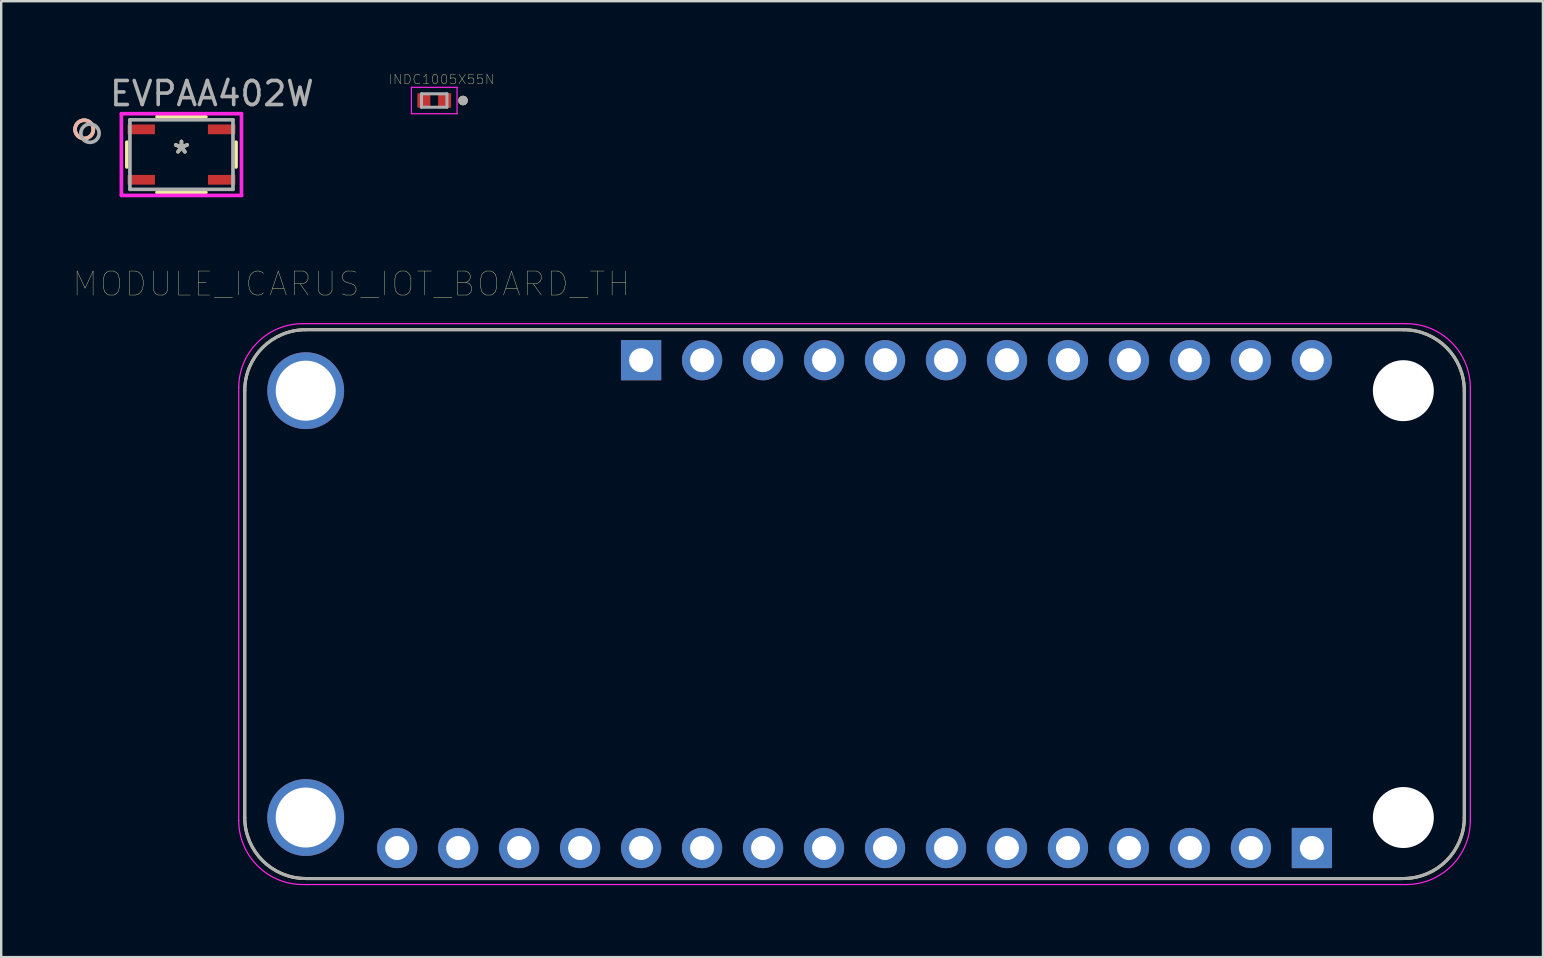
<source format=kicad_pcb>
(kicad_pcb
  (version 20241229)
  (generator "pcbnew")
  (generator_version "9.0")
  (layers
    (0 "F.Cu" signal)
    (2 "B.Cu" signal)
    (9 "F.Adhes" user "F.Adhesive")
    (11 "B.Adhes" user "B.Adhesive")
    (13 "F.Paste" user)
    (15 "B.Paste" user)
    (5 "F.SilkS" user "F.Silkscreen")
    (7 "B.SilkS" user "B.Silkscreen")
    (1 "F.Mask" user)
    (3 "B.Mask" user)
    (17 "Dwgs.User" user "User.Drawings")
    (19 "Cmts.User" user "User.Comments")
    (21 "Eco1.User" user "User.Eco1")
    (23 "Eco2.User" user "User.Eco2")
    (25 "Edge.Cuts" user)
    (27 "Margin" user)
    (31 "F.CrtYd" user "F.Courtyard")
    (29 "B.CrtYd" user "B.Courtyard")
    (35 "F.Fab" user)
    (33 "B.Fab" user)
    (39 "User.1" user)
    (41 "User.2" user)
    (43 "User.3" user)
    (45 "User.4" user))
  (footprint "INDC1005X55N"
    (layer "F.Cu")
    (at 15.037 1.137)
    (property "Reference" "INDC1005X55N" (at 0.3 -0.88 0) (layer "F.SilkS") (effects (font (size 0.394 0.394) (thickness 0.015))))
    (attr through_hole)
    (fp_circle (center 1.2 0) (end 1.3 0) (stroke (width 0.2) (type solid)) (fill no) (layer "F.SilkS"))
    (fp_line (start -0.95 -0.55) (end 0.95 -0.55) (stroke (width 0.05) (type solid)) (layer "F.CrtYd"))
    (fp_line (start -0.95 0.55) (end -0.95 -0.55) (stroke (width 0.05) (type solid)) (layer "F.CrtYd"))
    (fp_line (start -0.95 0.55) (end 0.95 0.55) (stroke (width 0.05) (type solid)) (layer "F.CrtYd"))
    (fp_line (start 0.95 0.55) (end 0.95 -0.55) (stroke (width 0.05) (type solid)) (layer "F.CrtYd"))
    (fp_line (start -0.53 0.28) (end -0.53 -0.28) (stroke (width 0.127) (type solid)) (layer "F.Fab"))
    (fp_line (start 0.53 -0.28) (end -0.53 -0.28) (stroke (width 0.127) (type solid)) (layer "F.Fab"))
    (fp_line (start 0.53 0.28) (end -0.53 0.28) (stroke (width 0.127) (type solid)) (layer "F.Fab"))
    (fp_line (start 0.53 0.28) (end 0.53 -0.28) (stroke (width 0.127) (type solid)) (layer "F.Fab"))
    (fp_circle (center 1.2 0) (end 1.3 0) (stroke (width 0.2) (type solid)) (fill no) (layer "F.Fab"))
    (pad "1" smd rect (at -0.432 0) (size 0.54 0.6) (layers "F.Cu" "F.Mask" "F.Paste"))
    (pad "2" smd rect (at 0.432 0) (size 0.54 0.6) (layers "F.Cu" "F.Mask" "F.Paste")))
  (footprint "MODULE_ICARUS_IOT_BOARD_TH"
    (layer "F.Cu")
    (at 32.544 22.113)
    (property "Reference" "MODULE_ICARUS_IOT_BOARD_TH" (at -20.955 -13.335 0) (layer "F.SilkS") (effects (font (size 1 1) (thickness 0.015))))
    (attr through_hole)
    (fp_line (start -25.4 8.89) (end -25.4 -8.89) (stroke (width 0.127) (type solid)) (layer "F.SilkS"))
    (fp_line (start -22.86 -11.43) (end 22.86 -11.43) (stroke (width 0.127) (type solid)) (layer "F.SilkS"))
    (fp_line (start 22.86 11.43) (end -22.86 11.43) (stroke (width 0.127) (type solid)) (layer "F.SilkS"))
    (fp_line (start 25.4 -8.89) (end 25.4 8.89) (stroke (width 0.127) (type solid)) (layer "F.SilkS"))
    (fp_arc (start -25.4 -8.89) (mid -24.656051 -10.686051) (end -22.86 -11.43) (stroke (width 0.127) (type solid)) (layer "F.SilkS"))
    (fp_arc (start -22.86 11.43) (mid -24.656051 10.686051) (end -25.4 8.89) (stroke (width 0.127) (type solid)) (layer "F.SilkS"))
    (fp_arc (start 22.86 -11.43) (mid 24.656051 -10.686051) (end 25.4 -8.89) (stroke (width 0.127) (type solid)) (layer "F.SilkS"))
    (fp_arc (start 25.4 8.89) (mid 24.656051 10.686051) (end 22.86 11.43) (stroke (width 0.127) (type solid)) (layer "F.SilkS"))
    (fp_line (start -25.65 9.015) (end -25.65 -9.015) (stroke (width 0.05) (type solid)) (layer "F.CrtYd"))
    (fp_line (start -22.985 -11.68) (end 22.985 -11.68) (stroke (width 0.05) (type solid)) (layer "F.CrtYd"))
    (fp_line (start 22.985 11.68) (end -22.985 11.68) (stroke (width 0.05) (type solid)) (layer "F.CrtYd"))
    (fp_line (start 25.65 -9.015) (end 25.65 9.015) (stroke (width 0.05) (type solid)) (layer "F.CrtYd"))
    (fp_arc (start -25.65 -9.015) (mid -24.86944 -10.89944) (end -22.985 -11.68) (stroke (width 0.05) (type solid)) (layer "F.CrtYd"))
    (fp_arc (start -22.985 11.68) (mid -24.86944 10.89944) (end -25.65 9.015) (stroke (width 0.05) (type solid)) (layer "F.CrtYd"))
    (fp_arc (start 22.985 -11.68) (mid 24.86944 -10.89944) (end 25.65 -9.015) (stroke (width 0.05) (type solid)) (layer "F.CrtYd"))
    (fp_arc (start 25.65 9.015) (mid 24.86944 10.89944) (end 22.985 11.68) (stroke (width 0.05) (type solid)) (layer "F.CrtYd"))
    (fp_line (start -25.4 8.89) (end -25.4 -8.89) (stroke (width 0.127) (type solid)) (layer "F.Fab"))
    (fp_line (start -22.86 -11.43) (end 22.86 -11.43) (stroke (width 0.127) (type solid)) (layer "F.Fab"))
    (fp_line (start 22.86 11.43) (end -22.86 11.43) (stroke (width 0.127) (type solid)) (layer "F.Fab"))
    (fp_line (start 25.4 -8.89) (end 25.4 8.89) (stroke (width 0.127) (type solid)) (layer "F.Fab"))
    (fp_arc (start -25.4 -8.89) (mid -24.656051 -10.686051) (end -22.86 -11.43) (stroke (width 0.127) (type solid)) (layer "F.Fab"))
    (fp_arc (start -22.86 11.43) (mid -24.656051 10.686051) (end -25.4 8.89) (stroke (width 0.127) (type solid)) (layer "F.Fab"))
    (fp_arc (start 22.86 -11.43) (mid 24.656051 -10.686051) (end 25.4 -8.89) (stroke (width 0.127) (type solid)) (layer "F.Fab"))
    (fp_arc (start 25.4 8.89) (mid 24.656051 10.686051) (end 22.86 11.43) (stroke (width 0.127) (type solid)) (layer "F.Fab"))
    (pad "" np_thru_hole circle (at 22.86 -8.89) (size 2.54 2.54) (drill 2.54) (layers "*.Cu" "*.Mask"))
    (pad "" np_thru_hole circle (at 22.86 8.89) (size 2.54 2.54) (drill 2.54) (layers "*.Cu" "*.Mask"))
    (pad "JP11" thru_hole rect (at 19.05 10.16) (size 1.676 1.676) (drill 1) (layers "*.Cu" "*.Mask"))
    (pad "JP12" thru_hole circle (at 16.51 10.16) (size 1.676 1.676) (drill 1) (layers "*.Cu" "*.Mask"))
    (pad "JP13" thru_hole circle (at 13.97 10.16) (size 1.676 1.676) (drill 1) (layers "*.Cu" "*.Mask"))
    (pad "JP14" thru_hole circle (at 11.43 10.16) (size 1.676 1.676) (drill 1) (layers "*.Cu" "*.Mask"))
    (pad "JP15" thru_hole circle (at 8.89 10.16) (size 1.676 1.676) (drill 1) (layers "*.Cu" "*.Mask"))
    (pad "JP16" thru_hole circle (at 6.35 10.16) (size 1.676 1.676) (drill 1) (layers "*.Cu" "*.Mask"))
    (pad "JP17" thru_hole circle (at 3.81 10.16) (size 1.676 1.676) (drill 1) (layers "*.Cu" "*.Mask"))
    (pad "JP18" thru_hole circle (at 1.27 10.16) (size 1.676 1.676) (drill 1) (layers "*.Cu" "*.Mask"))
    (pad "JP19" thru_hole circle (at -1.27 10.16) (size 1.676 1.676) (drill 1) (layers "*.Cu" "*.Mask"))
    (pad "JP31" thru_hole rect (at -8.89 -10.16) (size 1.676 1.676) (drill 1) (layers "*.Cu" "*.Mask"))
    (pad "JP32" thru_hole circle (at -6.35 -10.16) (size 1.676 1.676) (drill 1) (layers "*.Cu" "*.Mask"))
    (pad "JP33" thru_hole circle (at -3.81 -10.16) (size 1.676 1.676) (drill 1) (layers "*.Cu" "*.Mask"))
    (pad "JP34" thru_hole circle (at -1.27 -10.16) (size 1.676 1.676) (drill 1) (layers "*.Cu" "*.Mask"))
    (pad "JP35" thru_hole circle (at 1.27 -10.16) (size 1.676 1.676) (drill 1) (layers "*.Cu" "*.Mask"))
    (pad "JP36" thru_hole circle (at 3.81 -10.16) (size 1.676 1.676) (drill 1) (layers "*.Cu" "*.Mask"))
    (pad "JP37" thru_hole circle (at 6.35 -10.16) (size 1.676 1.676) (drill 1) (layers "*.Cu" "*.Mask"))
    (pad "JP38" thru_hole circle (at 8.89 -10.16) (size 1.676 1.676) (drill 1) (layers "*.Cu" "*.Mask"))
    (pad "JP39" thru_hole circle (at 11.43 -10.16) (size 1.676 1.676) (drill 1) (layers "*.Cu" "*.Mask"))
    (pad "JP110" thru_hole circle (at -3.81 10.16) (size 1.676 1.676) (drill 1) (layers "*.Cu" "*.Mask"))
    (pad "JP111" thru_hole circle (at -6.35 10.16) (size 1.676 1.676) (drill 1) (layers "*.Cu" "*.Mask"))
    (pad "JP112" thru_hole circle (at -8.89 10.16) (size 1.676 1.676) (drill 1) (layers "*.Cu" "*.Mask"))
    (pad "JP113" thru_hole circle (at -11.43 10.16) (size 1.676 1.676) (drill 1) (layers "*.Cu" "*.Mask"))
    (pad "JP114" thru_hole circle (at -13.97 10.16) (size 1.676 1.676) (drill 1) (layers "*.Cu" "*.Mask"))
    (pad "JP115" thru_hole circle (at -16.51 10.16) (size 1.676 1.676) (drill 1) (layers "*.Cu" "*.Mask"))
    (pad "JP116" thru_hole circle (at -19.05 10.16) (size 1.676 1.676) (drill 1) (layers "*.Cu" "*.Mask"))
    (pad "JP310" thru_hole circle (at 13.97 -10.16) (size 1.676 1.676) (drill 1) (layers "*.Cu" "*.Mask"))
    (pad "JP311" thru_hole circle (at 16.51 -10.16) (size 1.676 1.676) (drill 1) (layers "*.Cu" "*.Mask"))
    (pad "JP312" thru_hole circle (at 19.05 -10.16) (size 1.676 1.676) (drill 1) (layers "*.Cu" "*.Mask"))
    (pad "P1" thru_hole circle (at -22.86 -8.89) (size 3.2 3.2) (drill 2.5) (layers "*.Cu" "*.Mask"))
    (pad "P2" thru_hole circle (at -22.86 8.89) (size 3.2 3.2) (drill 2.5) (layers "*.Cu" "*.Mask")))
  (footprint "EVPAA402W"
    (layer "F.Cu")
    (at 4.508 3.388)
    (property "Reference" "EVPAA402W" (at 1.27 -2.54 0) (layer "F.Fab") (effects (font (size 1 1) (thickness 0.15))))
    (attr through_hole)
    (fp_line (start -2.273 -0.515) (end -2.273 0.515) (stroke (width 0.152) (type solid)) (layer "F.SilkS"))
    (fp_line (start -1.018 1.575) (end 1.018 1.575) (stroke (width 0.152) (type solid)) (layer "F.SilkS"))
    (fp_line (start 1.018 -1.575) (end -1.018 -1.575) (stroke (width 0.152) (type solid)) (layer "F.SilkS"))
    (fp_line (start 2.273 0.515) (end 2.273 -0.515) (stroke (width 0.152) (type solid)) (layer "F.SilkS"))
    (fp_circle (center -4.051 -1.05) (end -3.67 -1.05) (stroke (width 0.152) (type solid)) (fill no) (layer "F.SilkS"))
    (fp_circle (center -4.051 -1.05) (end -3.67 -1.05) (stroke (width 0.152) (type solid)) (fill no) (layer "B.SilkS"))
    (fp_line (start -2.501 -1.702) (end -2.501 1.702) (stroke (width 0.152) (type solid)) (layer "F.CrtYd"))
    (fp_line (start -2.501 1.702) (end 2.501 1.702) (stroke (width 0.152) (type solid)) (layer "F.CrtYd"))
    (fp_line (start 2.501 -1.702) (end -2.501 -1.702) (stroke (width 0.152) (type solid)) (layer "F.CrtYd"))
    (fp_line (start 2.501 1.702) (end 2.501 -1.702) (stroke (width 0.152) (type solid)) (layer "F.CrtYd"))
    (fp_line (start -2.146 -1.448) (end -2.146 1.448) (stroke (width 0.152) (type solid)) (layer "F.Fab"))
    (fp_line (start -2.146 1.448) (end 2.146 1.448) (stroke (width 0.152) (type solid)) (layer "F.Fab"))
    (fp_line (start 2.146 -1.448) (end -2.146 -1.448) (stroke (width 0.152) (type solid)) (layer "F.Fab"))
    (fp_line (start 2.146 1.448) (end 2.146 -1.448) (stroke (width 0.152) (type solid)) (layer "F.Fab"))
    (fp_circle (center -3.81 -0.889) (end -3.429 -0.889) (stroke (width 0.152) (type solid)) (fill no) (layer "F.Fab"))
    (fp_text user "*" (at 0 0 0) (layer "F.SilkS") (effects (font (size 1 1) (thickness 0.15))))
    (fp_text user "Copyright 2016 Accelerated Designs. All rights reserved." (at 0 0 0) (layer "Cmts.User") (effects (font (size 0.127 0.127) (thickness 0.002))))
    (fp_text user "*" (at 0 0 0) (layer "F.Fab") (effects (font (size 1 1) (thickness 0.15))))
    (pad "1" smd rect (at -1.675 -1.05) (size 1.143 0.406) (layers "F.Cu" "F.Mask" "F.Paste"))
    (pad "2" smd rect (at 1.675 -1.05) (size 1.143 0.406) (layers "F.Cu" "F.Mask" "F.Paste"))
    (pad "3" smd rect (at -1.675 1.05) (size 1.143 0.406) (layers "F.Cu" "F.Mask" "F.Paste"))
    (pad "4" smd rect (at 1.675 1.05) (size 1.143 0.406) (layers "F.Cu" "F.Mask" "F.Paste")))
  (gr_rect
    (start -3 -3)
    (end 61.219 36.818)
    (stroke (width 0.1) (type default))
    (fill no)
    (layer "Edge.Cuts")))
</source>
